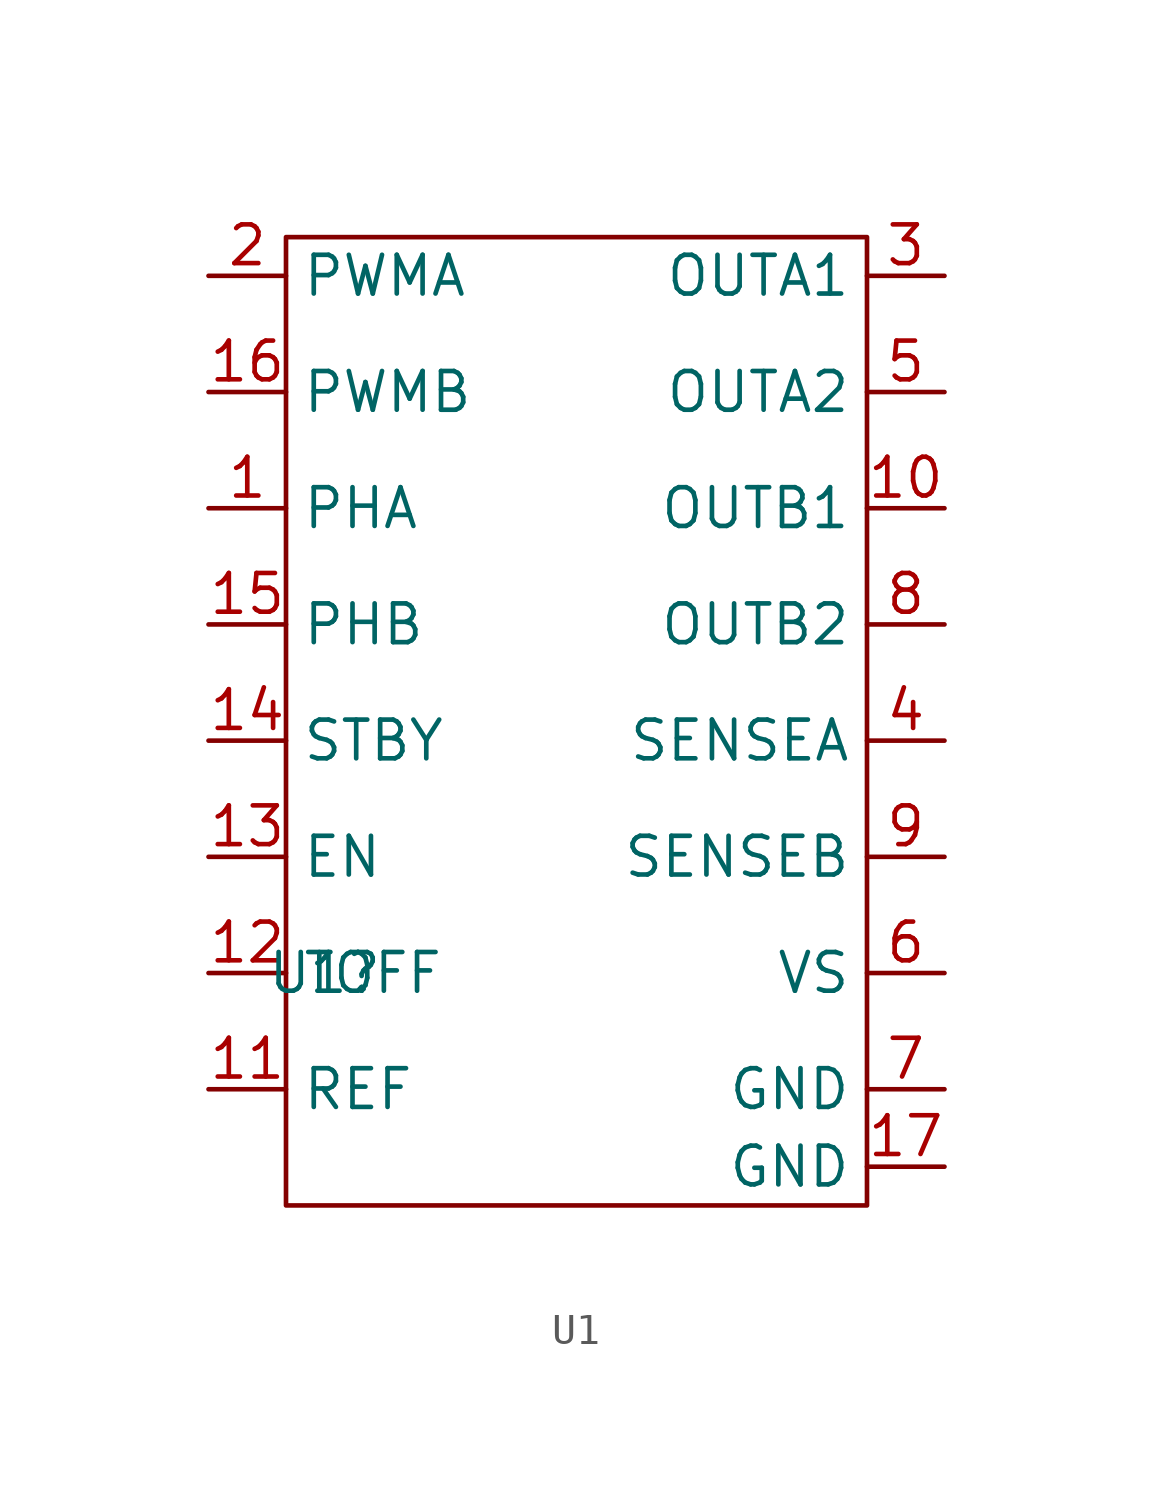
<source format=kicad_sym>
(kicad_symbol_lib
  (version 20220914)
  (generator kicad_symbol_editor)
  (symbol "U1"
    (property "Reference" "U1"
      (at -8.89 -7.62 0)
      (effects (font (size 1.27 1.27))))
    (property "Value" ""
      (at -8.89 -7.62 0)
      (effects (font (size 1.27 1.27))))
    (symbol "U1_0_1"
      (rectangle (start -10.16 16.51) (end 8.89 -15.24) (stroke (width 0) (type default)) (fill (type none))))
    (symbol "U1_1_1"
      (pin input line (at -12.7 7.62 0) (length 2.54) (name "PHA" (effects (font (size 1.27 1.27)))) (number "1" (effects (font (size 1.27 1.27)))))
      (pin power_out line (at 11.43 7.62 180) (length 2.54) (name "OUTB1" (effects (font (size 1.27 1.27)))) (number "10" (effects (font (size 1.27 1.27)))))
      (pin input line (at -12.7 -11.43 0) (length 2.54) (name "REF" (effects (font (size 1.27 1.27)))) (number "11" (effects (font (size 1.27 1.27)))))
      (pin input line (at -12.7 -7.62 0) (length 2.54) (name "TOFF" (effects (font (size 1.27 1.27)))) (number "12" (effects (font (size 1.27 1.27)))))
      (pin input line (at -12.7 -3.81 0) (length 2.54) (name "EN" (effects (font (size 1.27 1.27)))) (number "13" (effects (font (size 1.27 1.27)))))
      (pin input line (at -12.7 0 0) (length 2.54) (name "STBY" (effects (font (size 1.27 1.27)))) (number "14" (effects (font (size 1.27 1.27)))))
      (pin input line (at -12.7 3.81 0) (length 2.54) (name "PHB" (effects (font (size 1.27 1.27)))) (number "15" (effects (font (size 1.27 1.27)))))
      (pin input line (at -12.7 11.43 0) (length 2.54) (name "PWMB" (effects (font (size 1.27 1.27)))) (number "16" (effects (font (size 1.27 1.27)))))
      (pin bidirectional line (at 11.43 -13.97 180) (length 2.54) (name "GND" (effects (font (size 1.27 1.27)))) (number "17" (effects (font (size 1.27 1.27)))))
      (pin input line (at -12.7 15.24 0) (length 2.54) (name "PWMA" (effects (font (size 1.27 1.27)))) (number "2" (effects (font (size 1.27 1.27)))))
      (pin power_out line (at 11.43 15.24 180) (length 2.54) (name "OUTA1" (effects (font (size 1.27 1.27)))) (number "3" (effects (font (size 1.27 1.27)))))
      (pin power_out line (at 11.43 0 180) (length 2.54) (name "SENSEA" (effects (font (size 1.27 1.27)))) (number "4" (effects (font (size 1.27 1.27)))))
      (pin power_out line (at 11.43 11.43 180) (length 2.54) (name "OUTA2" (effects (font (size 1.27 1.27)))) (number "5" (effects (font (size 1.27 1.27)))))
      (pin power_in line (at 11.43 -7.62 180) (length 2.54) (name "VS" (effects (font (size 1.27 1.27)))) (number "6" (effects (font (size 1.27 1.27)))))
      (pin bidirectional line (at 11.43 -11.43 180) (length 2.54) (name "GND" (effects (font (size 1.27 1.27)))) (number "7" (effects (font (size 1.27 1.27)))))
      (pin power_out line (at 11.43 3.81 180) (length 2.54) (name "OUTB2" (effects (font (size 1.27 1.27)))) (number "8" (effects (font (size 1.27 1.27)))))
      (pin power_out line (at 11.43 -3.81 180) (length 2.54) (name "SENSEB" (effects (font (size 1.27 1.27)))) (number "9" (effects (font (size 1.27 1.27))))))))
</source>
